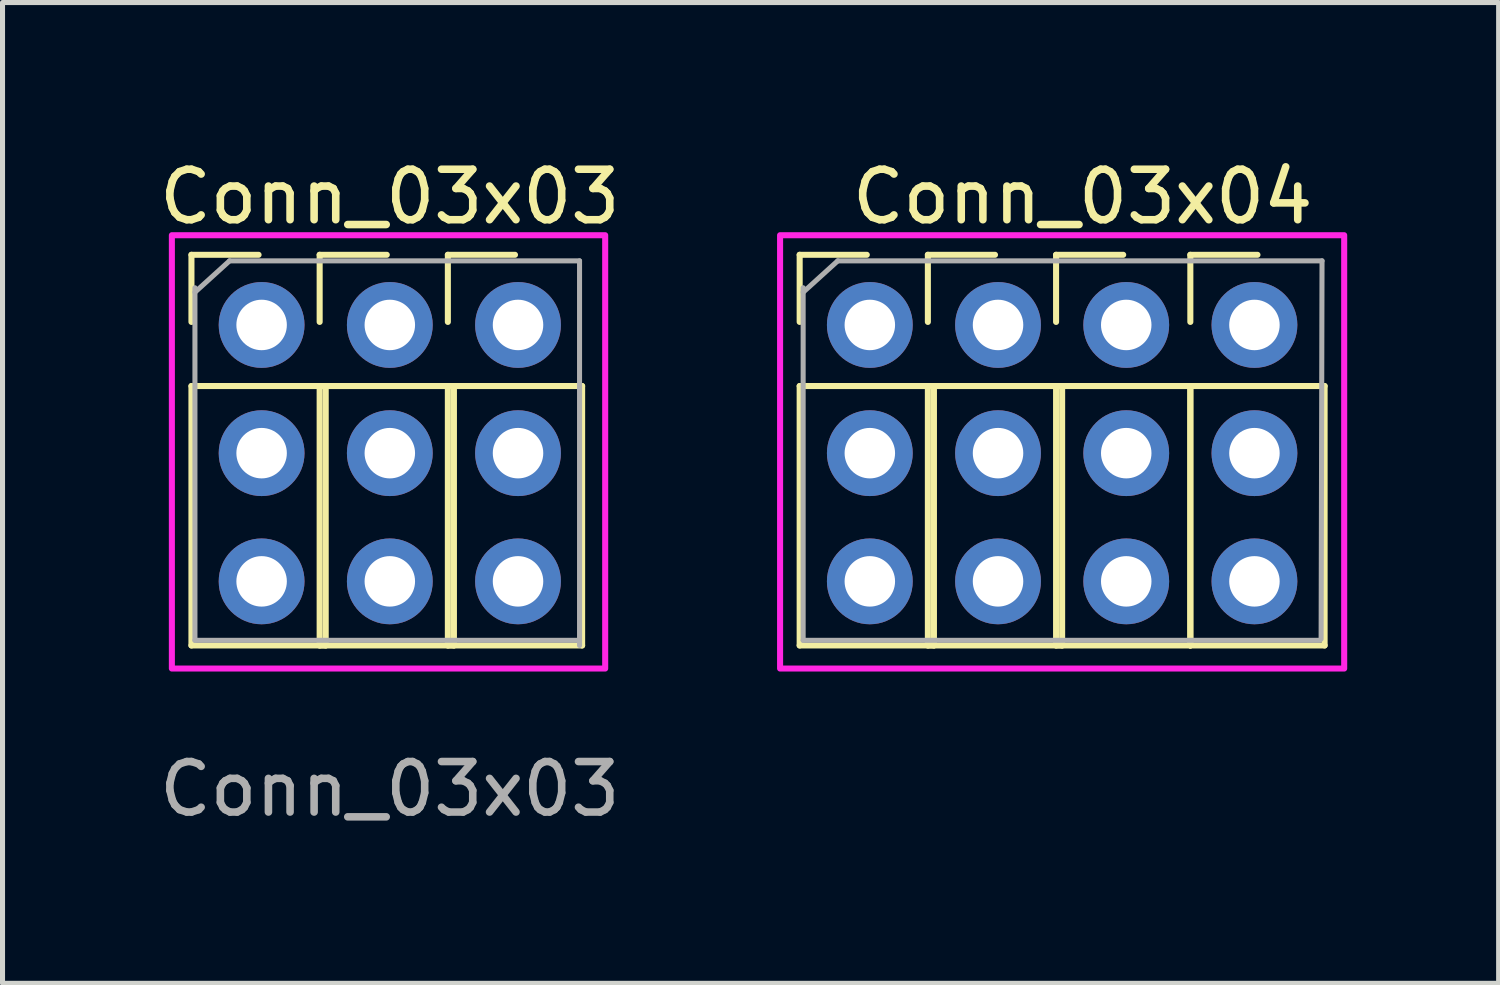
<source format=kicad_pcb>
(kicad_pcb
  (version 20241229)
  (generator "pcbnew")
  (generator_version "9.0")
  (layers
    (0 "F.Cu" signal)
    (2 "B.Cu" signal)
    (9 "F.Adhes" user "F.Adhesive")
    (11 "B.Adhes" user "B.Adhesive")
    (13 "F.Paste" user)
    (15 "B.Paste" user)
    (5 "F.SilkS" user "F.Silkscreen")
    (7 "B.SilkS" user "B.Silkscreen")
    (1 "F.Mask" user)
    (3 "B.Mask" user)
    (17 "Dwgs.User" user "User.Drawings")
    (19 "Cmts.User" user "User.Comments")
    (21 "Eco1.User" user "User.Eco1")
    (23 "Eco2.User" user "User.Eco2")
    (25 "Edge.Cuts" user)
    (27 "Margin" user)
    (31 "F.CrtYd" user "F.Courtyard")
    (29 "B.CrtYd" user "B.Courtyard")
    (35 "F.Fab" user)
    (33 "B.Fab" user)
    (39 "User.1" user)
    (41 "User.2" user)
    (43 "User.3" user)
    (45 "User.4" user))
  (footprint "Conn_03x04"
    (layer "F.Cu")
    (at 14.183 3.388)
    (property "Reference" "Conn_03x04" (at 4.216 -2.54 0) (unlocked yes) (layer "F.SilkS") (effects (font (size 1 1) (thickness 0.15))))
    (attr smd)
    (fp_line (start -1.39 -1.39) (end -0.06 -1.39) (stroke (width 0.12) (type solid)) (layer "F.SilkS"))
    (fp_line (start -1.39 -0.06) (end -1.39 -1.39) (stroke (width 0.12) (type solid)) (layer "F.SilkS"))
    (fp_line (start -1.39 1.21) (end -1.39 6.35) (stroke (width 0.12) (type solid)) (layer "F.SilkS"))
    (fp_line (start -1.39 1.21) (end 1.27 1.21) (stroke (width 0.12) (type solid)) (layer "F.SilkS"))
    (fp_line (start -1.39 6.35) (end 1.27 6.35) (stroke (width 0.12) (type solid)) (layer "F.SilkS"))
    (fp_line (start 1.15 -1.39) (end 2.48 -1.39) (stroke (width 0.12) (type solid)) (layer "F.SilkS"))
    (fp_line (start 1.15 -0.06) (end 1.15 -1.39) (stroke (width 0.12) (type solid)) (layer "F.SilkS"))
    (fp_line (start 1.15 1.21) (end 1.15 6.35) (stroke (width 0.12) (type solid)) (layer "F.SilkS"))
    (fp_line (start 1.15 1.21) (end 3.81 1.21) (stroke (width 0.12) (type solid)) (layer "F.SilkS"))
    (fp_line (start 1.15 6.35) (end 3.81 6.35) (stroke (width 0.12) (type solid)) (layer "F.SilkS"))
    (fp_line (start 1.27 1.21) (end 1.27 6.35) (stroke (width 0.12) (type solid)) (layer "F.SilkS"))
    (fp_line (start 3.69 -1.39) (end 5.02 -1.39) (stroke (width 0.12) (type solid)) (layer "F.SilkS"))
    (fp_line (start 3.69 -0.06) (end 3.69 -1.39) (stroke (width 0.12) (type solid)) (layer "F.SilkS"))
    (fp_line (start 3.69 1.21) (end 3.69 6.35) (stroke (width 0.12) (type solid)) (layer "F.SilkS"))
    (fp_line (start 3.69 1.21) (end 6.35 1.21) (stroke (width 0.12) (type solid)) (layer "F.SilkS"))
    (fp_line (start 3.69 6.35) (end 6.35 6.35) (stroke (width 0.12) (type solid)) (layer "F.SilkS"))
    (fp_line (start 3.81 1.21) (end 3.81 6.35) (stroke (width 0.12) (type solid)) (layer "F.SilkS"))
    (fp_line (start 6.35 -1.39) (end 7.68 -1.39) (stroke (width 0.12) (type solid)) (layer "F.SilkS"))
    (fp_line (start 6.35 -0.06) (end 6.35 -1.39) (stroke (width 0.12) (type solid)) (layer "F.SilkS"))
    (fp_line (start 6.35 1.21) (end 6.35 6.35) (stroke (width 0.12) (type solid)) (layer "F.SilkS"))
    (fp_line (start 6.35 1.21) (end 6.35 6.35) (stroke (width 0.12) (type solid)) (layer "F.SilkS"))
    (fp_line (start 6.35 1.21) (end 9.01 1.21) (stroke (width 0.12) (type solid)) (layer "F.SilkS"))
    (fp_line (start 6.35 6.35) (end 9.01 6.35) (stroke (width 0.12) (type solid)) (layer "F.SilkS"))
    (fp_line (start 9.01 1.21) (end 9.01 6.35) (stroke (width 0.12) (type solid)) (layer "F.SilkS"))
    (fp_rect (start -1.778 -1.778) (end 9.398 6.807) (stroke (width 0.12) (type solid)) (fill no) (layer "F.CrtYd"))
    (fp_line (start -1.321 -0.648) (end -0.635 -1.27) (stroke (width 0.1) (type solid)) (layer "F.Fab"))
    (fp_line (start -1.321 6.248) (end -1.321 -0.737) (stroke (width 0.1) (type solid)) (layer "F.Fab"))
    (fp_line (start -0.635 -1.27) (end 8.959 -1.27) (stroke (width 0.1) (type solid)) (layer "F.Fab"))
    (fp_line (start 8.915 6.248) (end -1.321 6.248) (stroke (width 0.1) (type solid)) (layer "F.Fab"))
    (fp_line (start 8.959 -1.27) (end 8.941 6.223) (stroke (width 0.1) (type solid)) (layer "F.Fab"))
    (pad "1" thru_hole circle (at 0 0) (size 1.7 1.7) (drill 1) (layers "*.Cu" "*.Mask"))
    (pad "2" thru_hole circle (at 0 2.54) (size 1.7 1.7) (drill 1) (layers "*.Cu" "*.Mask"))
    (pad "3" thru_hole circle (at 0 5.08) (size 1.7 1.7) (drill 1) (layers "*.Cu" "*.Mask"))
    (pad "4" thru_hole circle (at 2.54 0) (size 1.7 1.7) (drill 1) (layers "*.Cu" "*.Mask"))
    (pad "5" thru_hole circle (at 2.54 2.54) (size 1.7 1.7) (drill 1) (layers "*.Cu" "*.Mask"))
    (pad "6" thru_hole circle (at 2.54 5.08) (size 1.7 1.7) (drill 1) (layers "*.Cu" "*.Mask"))
    (pad "7" thru_hole circle (at 5.08 0) (size 1.7 1.7) (drill 1) (layers "*.Cu" "*.Mask"))
    (pad "8" thru_hole circle (at 5.08 2.54) (size 1.7 1.7) (drill 1) (layers "*.Cu" "*.Mask"))
    (pad "9" thru_hole circle (at 5.08 5.08) (size 1.7 1.7) (drill 1) (layers "*.Cu" "*.Mask"))
    (pad "10" thru_hole circle (at 7.62 0) (size 1.7 1.7) (drill 1) (layers "*.Cu" "*.Mask"))
    (pad "11" thru_hole circle (at 7.62 2.54) (size 1.7 1.7) (drill 1) (layers "*.Cu" "*.Mask"))
    (pad "12" thru_hole circle (at 7.62 5.08) (size 1.7 1.7) (drill 1) (layers "*.Cu" "*.Mask")))
  (footprint "Conn_03x03"
    (layer "F.Cu")
    (at 4.673 5.928)
    (property "Reference" "Conn_03x03" (at 0 -5.08 0) (unlocked yes) (layer "F.SilkS") (effects (font (size 1 1) (thickness 0.15))))
    (attr through_hole)
    (fp_line (start -3.93 -3.93) (end -2.6 -3.93) (stroke (width 0.12) (type solid)) (layer "F.SilkS"))
    (fp_line (start -3.93 -2.6) (end -3.93 -3.93) (stroke (width 0.12) (type solid)) (layer "F.SilkS"))
    (fp_line (start -3.93 -1.33) (end -3.93 3.81) (stroke (width 0.12) (type solid)) (layer "F.SilkS"))
    (fp_line (start -3.93 -1.33) (end -1.27 -1.33) (stroke (width 0.12) (type solid)) (layer "F.SilkS"))
    (fp_line (start -3.93 3.81) (end -1.27 3.81) (stroke (width 0.12) (type solid)) (layer "F.SilkS"))
    (fp_line (start -1.39 -3.93) (end -0.06 -3.93) (stroke (width 0.12) (type solid)) (layer "F.SilkS"))
    (fp_line (start -1.39 -2.6) (end -1.39 -3.93) (stroke (width 0.12) (type solid)) (layer "F.SilkS"))
    (fp_line (start -1.39 -1.33) (end -1.39 3.81) (stroke (width 0.12) (type solid)) (layer "F.SilkS"))
    (fp_line (start -1.39 -1.33) (end 1.27 -1.33) (stroke (width 0.12) (type solid)) (layer "F.SilkS"))
    (fp_line (start -1.39 3.81) (end 1.27 3.81) (stroke (width 0.12) (type solid)) (layer "F.SilkS"))
    (fp_line (start -1.27 -1.33) (end -1.27 3.81) (stroke (width 0.12) (type solid)) (layer "F.SilkS"))
    (fp_line (start 1.15 -3.93) (end 2.48 -3.93) (stroke (width 0.12) (type solid)) (layer "F.SilkS"))
    (fp_line (start 1.15 -2.6) (end 1.15 -3.93) (stroke (width 0.12) (type solid)) (layer "F.SilkS"))
    (fp_line (start 1.15 -1.33) (end 1.15 3.81) (stroke (width 0.12) (type solid)) (layer "F.SilkS"))
    (fp_line (start 1.15 -1.33) (end 3.81 -1.33) (stroke (width 0.12) (type solid)) (layer "F.SilkS"))
    (fp_line (start 1.15 3.81) (end 3.81 3.81) (stroke (width 0.12) (type solid)) (layer "F.SilkS"))
    (fp_line (start 1.27 -1.33) (end 1.27 3.81) (stroke (width 0.12) (type solid)) (layer "F.SilkS"))
    (fp_line (start 3.81 -1.33) (end 3.81 3.81) (stroke (width 0.12) (type solid)) (layer "F.SilkS"))
    (fp_rect (start -4.318 -4.318) (end 4.267 4.267) (stroke (width 0.12) (type solid)) (fill no) (layer "F.CrtYd"))
    (fp_line (start -3.861 -3.188) (end -3.175 -3.81) (stroke (width 0.1) (type solid)) (layer "F.Fab"))
    (fp_line (start -3.861 3.708) (end -3.861 -3.277) (stroke (width 0.1) (type solid)) (layer "F.Fab"))
    (fp_line (start -3.175 -3.81) (end 3.759 -3.81) (stroke (width 0.1) (type solid)) (layer "F.Fab"))
    (fp_line (start 3.759 -3.81) (end 3.759 3.81) (stroke (width 0.1) (type solid)) (layer "F.Fab"))
    (fp_line (start 3.759 3.708) (end -3.861 3.708) (stroke (width 0.1) (type solid)) (layer "F.Fab"))
    (fp_text user "${REFERENCE}" (at 0 6.655 0) (unlocked yes) (layer "F.Fab") (effects (font (size 1 1) (thickness 0.15))))
    (pad "1" thru_hole circle (at -2.54 -2.54) (size 1.7 1.7) (drill 1) (layers "*.Cu" "*.Mask"))
    (pad "2" thru_hole circle (at -2.54 0) (size 1.7 1.7) (drill 1) (layers "*.Cu" "*.Mask"))
    (pad "3" thru_hole circle (at -2.54 2.54) (size 1.7 1.7) (drill 1) (layers "*.Cu" "*.Mask"))
    (pad "4" thru_hole circle (at 0 -2.54) (size 1.7 1.7) (drill 1) (layers "*.Cu" "*.Mask"))
    (pad "5" thru_hole circle (at 0 0) (size 1.7 1.7) (drill 1) (layers "*.Cu" "*.Mask"))
    (pad "6" thru_hole circle (at 0 2.54) (size 1.7 1.7) (drill 1) (layers "*.Cu" "*.Mask"))
    (pad "7" thru_hole circle (at 2.54 -2.54) (size 1.7 1.7) (drill 1) (layers "*.Cu" "*.Mask"))
    (pad "8" thru_hole circle (at 2.54 0) (size 1.7 1.7) (drill 1) (layers "*.Cu" "*.Mask"))
    (pad "9" thru_hole circle (at 2.54 2.54) (size 1.7 1.7) (drill 1) (layers "*.Cu" "*.Mask")))
  (gr_rect
    (start -3 -3)
    (end 26.641 16.431)
    (stroke (width 0.1) (type default))
    (fill no)
    (layer "Edge.Cuts")))
</source>
